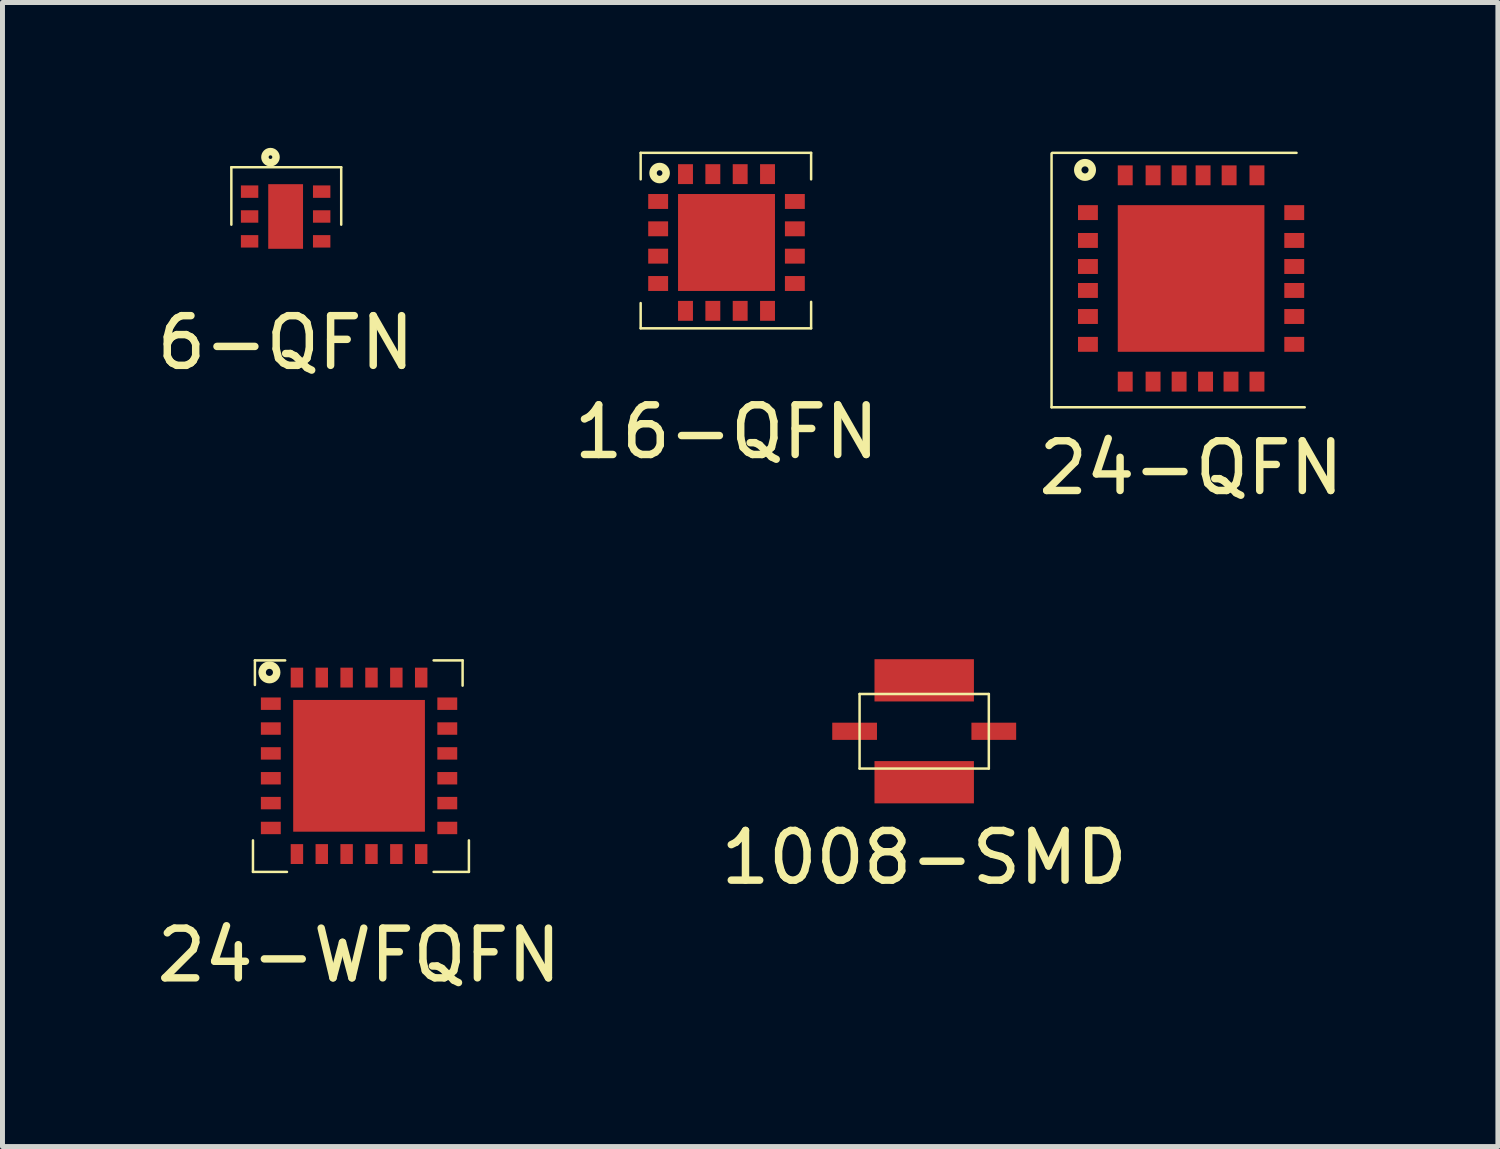
<source format=kicad_pcb>
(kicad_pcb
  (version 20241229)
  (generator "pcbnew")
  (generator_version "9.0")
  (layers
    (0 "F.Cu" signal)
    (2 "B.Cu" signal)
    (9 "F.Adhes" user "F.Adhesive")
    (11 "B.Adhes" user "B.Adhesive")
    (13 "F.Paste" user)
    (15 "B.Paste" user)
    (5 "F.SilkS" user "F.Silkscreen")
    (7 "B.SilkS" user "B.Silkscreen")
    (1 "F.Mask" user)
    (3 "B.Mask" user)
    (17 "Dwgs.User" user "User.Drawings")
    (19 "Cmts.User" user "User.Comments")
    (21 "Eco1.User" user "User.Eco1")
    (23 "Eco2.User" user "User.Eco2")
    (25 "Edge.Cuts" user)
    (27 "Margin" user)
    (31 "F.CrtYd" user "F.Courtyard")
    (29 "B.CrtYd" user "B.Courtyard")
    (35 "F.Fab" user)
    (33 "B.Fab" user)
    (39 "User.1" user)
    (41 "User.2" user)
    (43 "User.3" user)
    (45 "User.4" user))
  (footprint "6-QFN"
    (layer "F.Cu")
    (at 2.696 1.305)
    (property "Reference" "6-QFN" (at 0 2.54 0) (layer "F.SilkS") (effects (font (size 1 1) (thickness 0.15))))
    (attr through_hole)
    (fp_line (start -1.092 -0.991) (end 1.118 -0.991) (stroke (width 0.05) (type solid)) (layer "F.SilkS"))
    (fp_line (start -1.092 0.165) (end -1.092 -0.991) (stroke (width 0.05) (type solid)) (layer "F.SilkS"))
    (fp_line (start 1.118 -0.991) (end 1.118 0.165) (stroke (width 0.05) (type solid)) (layer "F.SilkS"))
    (fp_circle (center -0.305 -1.194) (end -0.279 -1.168) (stroke (width 0.15) (type solid)) (fill no) (layer "F.SilkS"))
    (pad "1" smd rect (at -0.725 -0.5) (size 0.35 0.25) (layers "F.Cu" "F.Mask" "F.Paste"))
    (pad "2" smd rect (at -0.725 0) (size 0.35 0.25) (layers "F.Cu" "F.Mask" "F.Paste"))
    (pad "3" smd rect (at -0.725 0.5) (size 0.35 0.25) (layers "F.Cu" "F.Mask" "F.Paste"))
    (pad "4" smd rect (at 0.725 0.5) (size 0.35 0.25) (layers "F.Cu" "F.Mask" "F.Paste"))
    (pad "5" smd rect (at 0.725 0) (size 0.35 0.25) (layers "F.Cu" "F.Mask" "F.Paste"))
    (pad "6" smd rect (at 0.725 -0.5) (size 0.35 0.25) (layers "F.Cu" "F.Mask" "F.Paste"))
    (pad "PAD" smd rect (at 0 0) (size 0.7 1.3) (layers "F.Cu" "F.Mask" "F.Paste")))
  (footprint "24-WFQFN"
    (layer "F.Cu")
    (at 4.173 12.356)
    (property "Reference" "24-WFQFN" (at 0 3.81 0) (layer "F.SilkS") (effects (font (size 1 1) (thickness 0.15))))
    (attr through_hole)
    (fp_line (start -2.134 2.134) (end -2.134 1.5) (stroke (width 0.05) (type solid)) (layer "F.SilkS"))
    (fp_line (start -2.095 -2.121) (end -2.095 -1.626) (stroke (width 0.05) (type solid)) (layer "F.SilkS"))
    (fp_line (start -1.486 -2.121) (end -2.095 -2.121) (stroke (width 0.05) (type solid)) (layer "F.SilkS"))
    (fp_line (start -1.45 2.134) (end -2.134 2.134) (stroke (width 0.05) (type solid)) (layer "F.SilkS"))
    (fp_line (start 1.5 -2.121) (end 2.083 -2.121) (stroke (width 0.05) (type solid)) (layer "F.SilkS"))
    (fp_line (start 2.083 -2.121) (end 2.083 -1.613) (stroke (width 0.05) (type solid)) (layer "F.SilkS"))
    (fp_line (start 2.21 1.5) (end 2.21 2.134) (stroke (width 0.05) (type solid)) (layer "F.SilkS"))
    (fp_line (start 2.21 2.134) (end 1.5 2.134) (stroke (width 0.05) (type solid)) (layer "F.SilkS"))
    (fp_circle (center -1.803 -1.88) (end -1.753 -1.829) (stroke (width 0.15) (type solid)) (fill no) (layer "F.SilkS"))
    (pad "1" smd rect (at -1.775 -1.25) (size 0.4 0.25) (layers "F.Cu" "F.Mask" "F.Paste"))
    (pad "2" smd rect (at -1.775 -0.75) (size 0.4 0.25) (layers "F.Cu" "F.Mask" "F.Paste"))
    (pad "3" smd rect (at -1.775 -0.25) (size 0.4 0.25) (layers "F.Cu" "F.Mask" "F.Paste"))
    (pad "4" smd rect (at -1.775 0.25) (size 0.4 0.25) (layers "F.Cu" "F.Mask" "F.Paste"))
    (pad "5" smd rect (at -1.775 0.75) (size 0.4 0.25) (layers "F.Cu" "F.Mask" "F.Paste"))
    (pad "6" smd rect (at -1.775 1.25) (size 0.4 0.25) (layers "F.Cu" "F.Mask" "F.Paste"))
    (pad "7" smd rect (at -1.25 1.775 90) (size 0.4 0.25) (layers "F.Cu" "F.Mask" "F.Paste"))
    (pad "8" smd rect (at -0.75 1.775 90) (size 0.4 0.25) (layers "F.Cu" "F.Mask" "F.Paste"))
    (pad "9" smd rect (at -0.25 1.775 90) (size 0.4 0.25) (layers "F.Cu" "F.Mask" "F.Paste"))
    (pad "10" smd rect (at 0.25 1.775 90) (size 0.4 0.25) (layers "F.Cu" "F.Mask" "F.Paste"))
    (pad "11" smd rect (at 0.75 1.775 90) (size 0.4 0.25) (layers "F.Cu" "F.Mask" "F.Paste"))
    (pad "12" smd rect (at 1.25 1.775 90) (size 0.4 0.25) (layers "F.Cu" "F.Mask" "F.Paste"))
    (pad "13" smd rect (at 1.775 1.25) (size 0.4 0.25) (layers "F.Cu" "F.Mask" "F.Paste"))
    (pad "14" smd rect (at 1.775 0.75) (size 0.4 0.25) (layers "F.Cu" "F.Mask" "F.Paste"))
    (pad "15" smd rect (at 1.775 0.25) (size 0.4 0.25) (layers "F.Cu" "F.Mask" "F.Paste"))
    (pad "16" smd rect (at 1.775 -0.25) (size 0.4 0.25) (layers "F.Cu" "F.Mask" "F.Paste"))
    (pad "17" smd rect (at 1.775 -0.75) (size 0.4 0.25) (layers "F.Cu" "F.Mask" "F.Paste"))
    (pad "18" smd rect (at 1.775 -1.25) (size 0.4 0.25) (layers "F.Cu" "F.Mask" "F.Paste"))
    (pad "19" smd rect (at 1.25 -1.775 90) (size 0.4 0.25) (layers "F.Cu" "F.Mask" "F.Paste"))
    (pad "20" smd rect (at 0.75 -1.775 90) (size 0.4 0.25) (layers "F.Cu" "F.Mask" "F.Paste"))
    (pad "21" smd rect (at 0.25 -1.775 90) (size 0.4 0.25) (layers "F.Cu" "F.Mask" "F.Paste"))
    (pad "22" smd rect (at -0.25 -1.775 90) (size 0.4 0.25) (layers "F.Cu" "F.Mask" "F.Paste"))
    (pad "23" smd rect (at -0.75 -1.775 90) (size 0.4 0.25) (layers "F.Cu" "F.Mask" "F.Paste"))
    (pad "24" smd rect (at -1.25 -1.775 90) (size 0.4 0.25) (layers "F.Cu" "F.Mask" "F.Paste"))
    (pad "PAD" smd rect (at 0 0 90) (size 2.65 2.65) (layers "F.Cu" "F.Mask" "F.Paste")))
  (footprint "16-QFN"
    (layer "F.Cu")
    (at 11.565 1.828)
    (property "Reference" "16-QFN" (at 0 3.81 0) (layer "F.SilkS") (effects (font (size 1 1) (thickness 0.15))))
    (attr through_hole)
    (fp_line (start -1.727 -1.803) (end -1.727 -1.27) (stroke (width 0.05) (type solid)) (layer "F.SilkS"))
    (fp_line (start -1.727 -1.803) (end 1.702 -1.803) (stroke (width 0.05) (type solid)) (layer "F.SilkS"))
    (fp_line (start -1.727 1.727) (end -1.727 1.219) (stroke (width 0.05) (type solid)) (layer "F.SilkS"))
    (fp_line (start 1.702 -1.803) (end 1.702 -1.27) (stroke (width 0.05) (type solid)) (layer "F.SilkS"))
    (fp_line (start 1.702 1.727) (end -1.727 1.727) (stroke (width 0.05) (type solid)) (layer "F.SilkS"))
    (fp_line (start 1.702 1.727) (end 1.702 1.194) (stroke (width 0.05) (type solid)) (layer "F.SilkS"))
    (fp_circle (center -1.346 -1.397) (end -1.321 -1.346) (stroke (width 0.15) (type solid)) (fill no) (layer "F.SilkS"))
    (pad "1" smd rect (at -1.375 -0.825) (size 0.4 0.3) (layers "F.Cu" "F.Mask" "F.Paste"))
    (pad "2" smd rect (at -1.375 -0.275) (size 0.4 0.3) (layers "F.Cu" "F.Mask" "F.Paste"))
    (pad "3" smd rect (at -1.375 0.275) (size 0.4 0.3) (layers "F.Cu" "F.Mask" "F.Paste"))
    (pad "4" smd rect (at -1.375 0.825) (size 0.4 0.3) (layers "F.Cu" "F.Mask" "F.Paste"))
    (pad "5" smd rect (at -0.825 1.375 90) (size 0.4 0.3) (layers "F.Cu" "F.Mask" "F.Paste"))
    (pad "6" smd rect (at -0.275 1.375 90) (size 0.4 0.3) (layers "F.Cu" "F.Mask" "F.Paste"))
    (pad "7" smd rect (at 0.275 1.375 90) (size 0.4 0.3) (layers "F.Cu" "F.Mask" "F.Paste"))
    (pad "8" smd rect (at 0.825 1.375 90) (size 0.4 0.3) (layers "F.Cu" "F.Mask" "F.Paste"))
    (pad "9" smd rect (at 1.375 0.825 180) (size 0.4 0.3) (layers "F.Cu" "F.Mask" "F.Paste"))
    (pad "10" smd rect (at 1.375 0.275 180) (size 0.4 0.3) (layers "F.Cu" "F.Mask" "F.Paste"))
    (pad "11" smd rect (at 1.375 -0.275 180) (size 0.4 0.3) (layers "F.Cu" "F.Mask" "F.Paste"))
    (pad "12" smd rect (at 1.375 -0.825 180) (size 0.4 0.3) (layers "F.Cu" "F.Mask" "F.Paste"))
    (pad "13" smd rect (at 0.825 -1.375 90) (size 0.4 0.3) (layers "F.Cu" "F.Mask" "F.Paste"))
    (pad "14" smd rect (at 0.275 -1.375 90) (size 0.4 0.3) (layers "F.Cu" "F.Mask" "F.Paste"))
    (pad "15" smd rect (at -0.275 -1.375 90) (size 0.4 0.3) (layers "F.Cu" "F.Mask" "F.Paste"))
    (pad "16" smd rect (at -0.825 -1.375 90) (size 0.4 0.3) (layers "F.Cu" "F.Mask" "F.Paste"))
    (pad "PAD" smd rect (at 0 0 90) (size 1.95 1.95) (layers "F.Cu" "F.Mask" "F.Paste")))
  (footprint "24-QFN"
    (layer "F.Cu")
    (at 20.911 2.552)
    (property "Reference" "24-QFN" (at 0 3.81 0) (layer "F.SilkS") (effects (font (size 1 1) (thickness 0.15))))
    (attr through_hole)
    (fp_line (start -2.807 -2.515) (end -2.807 2.591) (stroke (width 0.05) (type solid)) (layer "F.SilkS"))
    (fp_line (start -2.807 2.591) (end 2.286 2.591) (stroke (width 0.05) (type solid)) (layer "F.SilkS"))
    (fp_line (start 2.121 -2.527) (end -2.794 -2.527) (stroke (width 0.05) (type solid)) (layer "F.SilkS"))
    (fp_circle (center -2.134 -2.184) (end -2.083 -2.134) (stroke (width 0.15) (type solid)) (fill no) (layer "F.SilkS"))
    (pad "1" smd rect (at -2.075 -1.325) (size 0.4 0.3) (layers "F.Cu" "F.Mask" "F.Paste"))
    (pad "2" smd rect (at -2.075 -0.765) (size 0.4 0.3) (layers "F.Cu" "F.Mask" "F.Paste"))
    (pad "3" smd rect (at -2.075 -0.241) (size 0.4 0.3) (layers "F.Cu" "F.Mask" "F.Paste"))
    (pad "4" smd rect (at -2.075 0.241) (size 0.4 0.3) (layers "F.Cu" "F.Mask" "F.Paste"))
    (pad "5" smd rect (at -2.075 0.765) (size 0.4 0.3) (layers "F.Cu" "F.Mask" "F.Paste"))
    (pad "6" smd rect (at -2.075 1.325) (size 0.4 0.3) (layers "F.Cu" "F.Mask" "F.Paste"))
    (pad "7" smd rect (at -1.325 2.075 90) (size 0.4 0.3) (layers "F.Cu" "F.Mask" "F.Paste"))
    (pad "8" smd rect (at -0.765 2.075 90) (size 0.4 0.3) (layers "F.Cu" "F.Mask" "F.Paste"))
    (pad "9" smd rect (at -0.241 2.075 90) (size 0.4 0.3) (layers "F.Cu" "F.Mask" "F.Paste"))
    (pad "10" smd rect (at 0.291 2.075 90) (size 0.4 0.3) (layers "F.Cu" "F.Mask" "F.Paste"))
    (pad "11" smd rect (at 0.803 2.075 90) (size 0.4 0.3) (layers "F.Cu" "F.Mask" "F.Paste"))
    (pad "12" smd rect (at 1.325 2.075 90) (size 0.4 0.3) (layers "F.Cu" "F.Mask" "F.Paste"))
    (pad "13" smd rect (at 2.075 1.325) (size 0.4 0.3) (layers "F.Cu" "F.Mask" "F.Paste"))
    (pad "14" smd rect (at 2.075 0.765) (size 0.4 0.3) (layers "F.Cu" "F.Mask" "F.Paste"))
    (pad "15" smd rect (at 2.075 0.241) (size 0.4 0.3) (layers "F.Cu" "F.Mask" "F.Paste"))
    (pad "16" smd rect (at 2.075 -0.241) (size 0.4 0.3) (layers "F.Cu" "F.Mask" "F.Paste"))
    (pad "17" smd rect (at 2.075 -0.765) (size 0.4 0.3) (layers "F.Cu" "F.Mask" "F.Paste"))
    (pad "18" smd rect (at 2.075 -1.325) (size 0.4 0.3) (layers "F.Cu" "F.Mask" "F.Paste"))
    (pad "19" smd rect (at 1.325 -2.075 90) (size 0.4 0.3) (layers "F.Cu" "F.Mask" "F.Paste"))
    (pad "20" smd rect (at 0.765 -2.075 90) (size 0.4 0.3) (layers "F.Cu" "F.Mask" "F.Paste"))
    (pad "21" smd rect (at 0.241 -2.075 90) (size 0.4 0.3) (layers "F.Cu" "F.Mask" "F.Paste"))
    (pad "22" smd rect (at -0.241 -2.075 90) (size 0.4 0.3) (layers "F.Cu" "F.Mask" "F.Paste"))
    (pad "23" smd rect (at -0.765 -2.075 90) (size 0.4 0.3) (layers "F.Cu" "F.Mask" "F.Paste"))
    (pad "24" smd rect (at -1.325 -2.075 90) (size 0.4 0.3) (layers "F.Cu" "F.Mask" "F.Paste"))
    (pad "PAD" smd rect (at 0 0 90) (size 2.95 2.95) (layers "F.Cu" "F.Mask" "F.Paste")))
  (footprint "1008-SMD"
    (layer "F.Cu")
    (at 15.542 11.661)
    (property "Reference" "1008-SMD" (at 0 2.54 0) (layer "F.SilkS") (effects (font (size 1 1) (thickness 0.15))))
    (attr through_hole)
    (fp_line (start -1.3 -0.75) (end 1.3 -0.75) (stroke (width 0.05) (type solid)) (layer "F.SilkS"))
    (fp_line (start -1.3 0.75) (end -1.3 -0.75) (stroke (width 0.05) (type solid)) (layer "F.SilkS"))
    (fp_line (start 1.3 -0.75) (end 1.3 0.75) (stroke (width 0.05) (type solid)) (layer "F.SilkS"))
    (fp_line (start 1.3 0.75) (end -1.3 0.75) (stroke (width 0.05) (type solid)) (layer "F.SilkS"))
    (pad "1" smd rect (at -1.4 0) (size 0.9 0.346) (layers "F.Cu" "F.Mask" "F.Paste"))
    (pad "2" smd rect (at 1.4 0) (size 0.9 0.346) (layers "F.Cu" "F.Mask" "F.Paste"))
    (pad "3" smd rect (at 0 -1.025) (size 2 0.85) (layers "F.Cu" "F.Mask" "F.Paste"))
    (pad "4" smd rect (at 0 1.025) (size 2 0.85) (layers "F.Cu" "F.Mask" "F.Paste")))
  (gr_rect
    (start -3 -3)
    (end 27.083 20.015)
    (stroke (width 0.1) (type default))
    (fill no)
    (layer "Edge.Cuts")))
</source>
